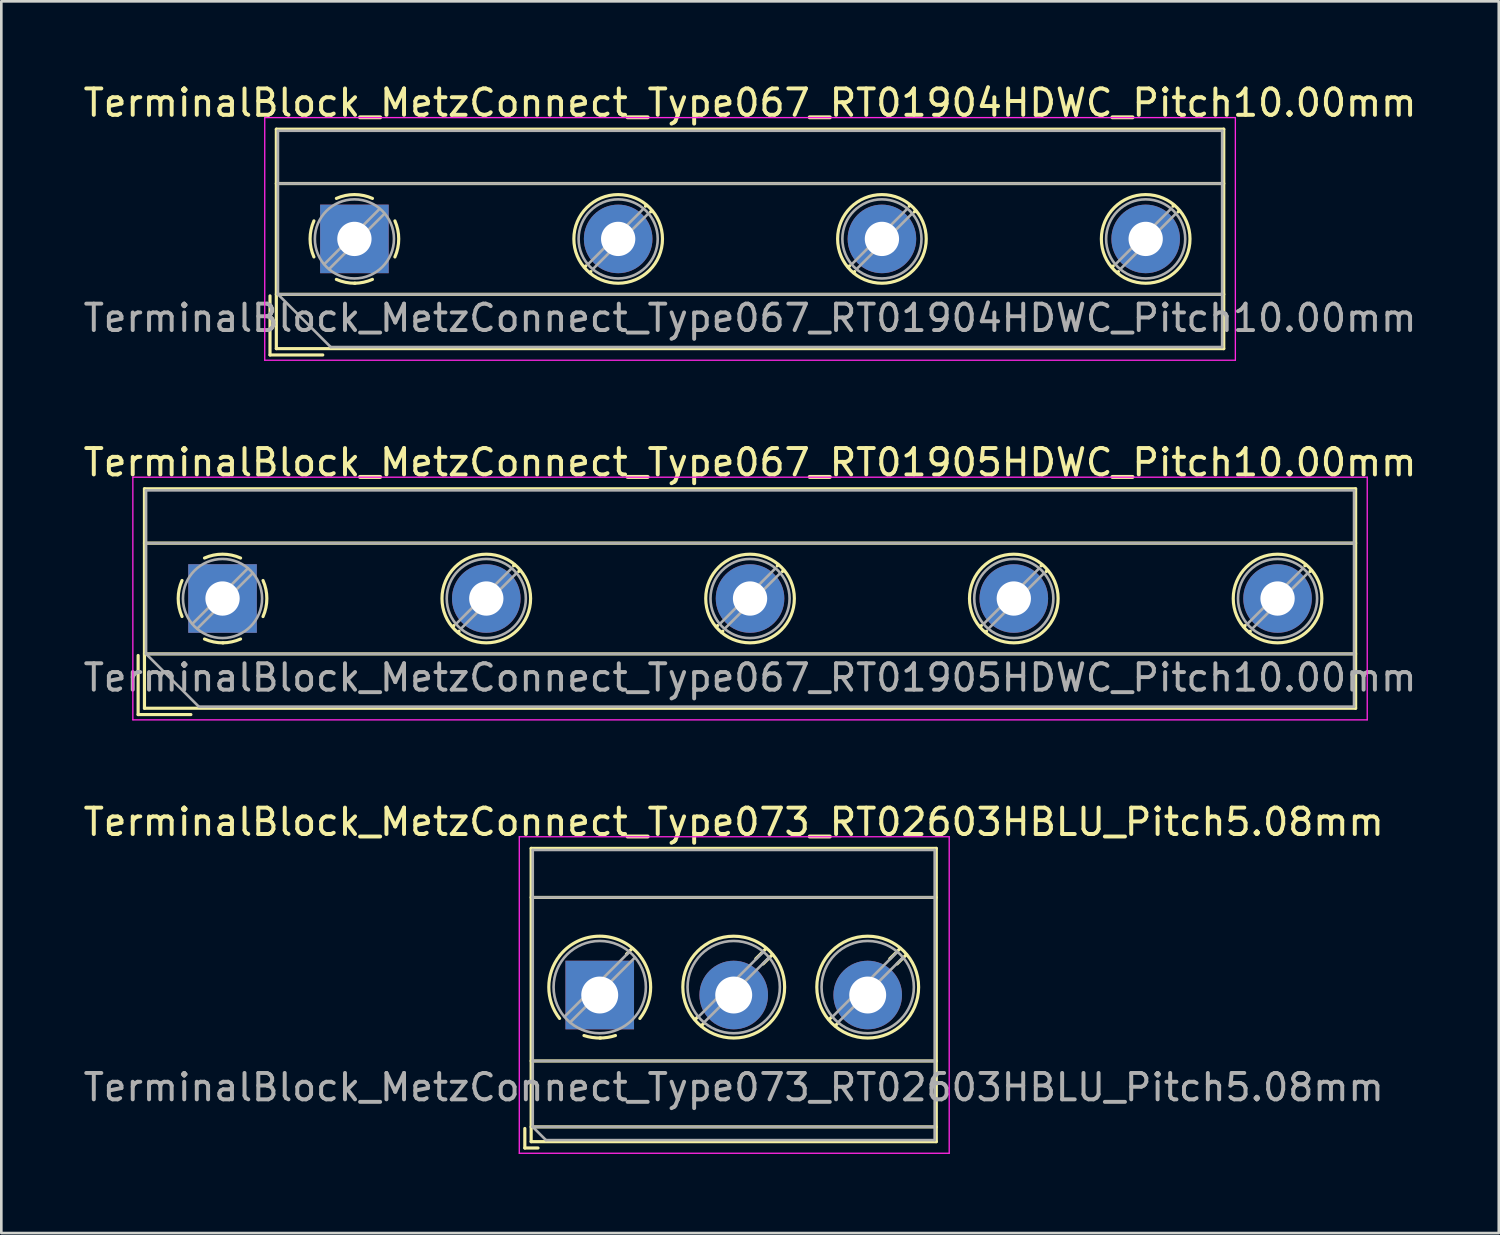
<source format=kicad_pcb>
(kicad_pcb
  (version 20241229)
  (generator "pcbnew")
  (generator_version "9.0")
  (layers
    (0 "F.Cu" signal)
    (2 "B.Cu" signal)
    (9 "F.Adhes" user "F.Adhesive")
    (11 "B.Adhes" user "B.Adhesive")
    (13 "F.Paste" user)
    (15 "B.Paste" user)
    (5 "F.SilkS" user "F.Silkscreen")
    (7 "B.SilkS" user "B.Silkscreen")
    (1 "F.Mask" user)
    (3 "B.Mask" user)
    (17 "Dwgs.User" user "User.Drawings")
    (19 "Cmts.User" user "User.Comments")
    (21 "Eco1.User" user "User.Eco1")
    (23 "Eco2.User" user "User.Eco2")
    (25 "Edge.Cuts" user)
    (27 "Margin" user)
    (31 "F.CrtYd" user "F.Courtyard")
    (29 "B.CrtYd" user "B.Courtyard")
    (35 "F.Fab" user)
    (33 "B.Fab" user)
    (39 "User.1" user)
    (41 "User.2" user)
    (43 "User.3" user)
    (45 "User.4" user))
  (footprint "TerminalBlock_MetzConnect_Type067_RT01905HDWC_Pitch10.00mm"
    (layer "F.Cu")
    (at 5.387 19.642)
    (property "Reference" "TerminalBlock_MetzConnect_Type067_RT01905HDWC_Pitch10.00mm" (at 20 -5.16 0) (layer "F.SilkS") (effects (font (size 1 1) (thickness 0.15))))
    (attr through_hole)
    (fp_line (start -3.2 2.16) (end -3.2 4.4) (stroke (width 0.12) (type solid)) (layer "F.SilkS"))
    (fp_line (start -3.2 4.4) (end -1.2 4.4) (stroke (width 0.12) (type solid)) (layer "F.SilkS"))
    (fp_line (start -2.96 -4.16) (end -2.96 4.16) (stroke (width 0.12) (type solid)) (layer "F.SilkS"))
    (fp_line (start -2.96 -2.1) (end 42.96 -2.1) (stroke (width 0.12) (type solid)) (layer "F.SilkS"))
    (fp_line (start -2.96 2.1) (end 42.96 2.1) (stroke (width 0.12) (type solid)) (layer "F.SilkS"))
    (fp_line (start -2.96 4.16) (end 42.96 4.16) (stroke (width 0.12) (type solid)) (layer "F.SilkS"))
    (fp_line (start 8.773 1.023) (end 8.726 1.069) (stroke (width 0.12) (type solid)) (layer "F.SilkS"))
    (fp_line (start 8.966 1.239) (end 8.931 1.274) (stroke (width 0.12) (type solid)) (layer "F.SilkS"))
    (fp_line (start 11.07 -1.275) (end 11.035 -1.239) (stroke (width 0.12) (type solid)) (layer "F.SilkS"))
    (fp_line (start 11.275 -1.069) (end 11.228 -1.023) (stroke (width 0.12) (type solid)) (layer "F.SilkS"))
    (fp_line (start 18.773 1.023) (end 18.726 1.069) (stroke (width 0.12) (type solid)) (layer "F.SilkS"))
    (fp_line (start 18.966 1.239) (end 18.931 1.274) (stroke (width 0.12) (type solid)) (layer "F.SilkS"))
    (fp_line (start 21.07 -1.275) (end 21.035 -1.239) (stroke (width 0.12) (type solid)) (layer "F.SilkS"))
    (fp_line (start 21.275 -1.069) (end 21.228 -1.023) (stroke (width 0.12) (type solid)) (layer "F.SilkS"))
    (fp_line (start 28.773 1.023) (end 28.726 1.069) (stroke (width 0.12) (type solid)) (layer "F.SilkS"))
    (fp_line (start 28.966 1.239) (end 28.931 1.274) (stroke (width 0.12) (type solid)) (layer "F.SilkS"))
    (fp_line (start 31.07 -1.275) (end 31.035 -1.239) (stroke (width 0.12) (type solid)) (layer "F.SilkS"))
    (fp_line (start 31.275 -1.069) (end 31.228 -1.023) (stroke (width 0.12) (type solid)) (layer "F.SilkS"))
    (fp_line (start 38.773 1.023) (end 38.726 1.069) (stroke (width 0.12) (type solid)) (layer "F.SilkS"))
    (fp_line (start 38.966 1.239) (end 38.931 1.274) (stroke (width 0.12) (type solid)) (layer "F.SilkS"))
    (fp_line (start 41.07 -1.275) (end 41.035 -1.239) (stroke (width 0.12) (type solid)) (layer "F.SilkS"))
    (fp_line (start 41.275 -1.069) (end 41.228 -1.023) (stroke (width 0.12) (type solid)) (layer "F.SilkS"))
    (fp_line (start 42.96 -4.16) (end -2.96 -4.16) (stroke (width 0.12) (type solid)) (layer "F.SilkS"))
    (fp_line (start 42.96 4.16) (end 42.96 -4.16) (stroke (width 0.12) (type solid)) (layer "F.SilkS"))
    (fp_arc (start -1.535427 0.683042) (mid -1.680501 -0.000524) (end -1.535 -0.684) (stroke (width 0.12) (type solid)) (layer "F.SilkS"))
    (fp_arc (start -0.683042 -1.535427) (mid 0.000524 -1.680501) (end 0.684 -1.535) (stroke (width 0.12) (type solid)) (layer "F.SilkS"))
    (fp_arc (start 0.028805 1.680253) (mid -0.335551 1.646659) (end -0.684 1.535) (stroke (width 0.12) (type solid)) (layer "F.SilkS"))
    (fp_arc (start 0.683318 1.534756) (mid 0.349292 1.643288) (end 0 1.68) (stroke (width 0.12) (type solid)) (layer "F.SilkS"))
    (fp_arc (start 1.535427 -0.683042) (mid 1.680501 0.000524) (end 1.535 0.684) (stroke (width 0.12) (type solid)) (layer "F.SilkS"))
    (fp_circle (center 10 0) (end 11.68 0) (stroke (width 0.12) (type solid)) (fill no) (layer "F.SilkS"))
    (fp_circle (center 20 0) (end 21.68 0) (stroke (width 0.12) (type solid)) (fill no) (layer "F.SilkS"))
    (fp_circle (center 30 0) (end 31.68 0) (stroke (width 0.12) (type solid)) (fill no) (layer "F.SilkS"))
    (fp_circle (center 40 0) (end 41.68 0) (stroke (width 0.12) (type solid)) (fill no) (layer "F.SilkS"))
    (fp_line (start -3.4 -4.6) (end -3.4 4.6) (stroke (width 0.05) (type solid)) (layer "F.CrtYd"))
    (fp_line (start -3.4 4.6) (end 43.4 4.6) (stroke (width 0.05) (type solid)) (layer "F.CrtYd"))
    (fp_line (start 43.4 -4.6) (end -3.4 -4.6) (stroke (width 0.05) (type solid)) (layer "F.CrtYd"))
    (fp_line (start 43.4 4.6) (end 43.4 -4.6) (stroke (width 0.05) (type solid)) (layer "F.CrtYd"))
    (fp_line (start -2.9 -4.1) (end 42.9 -4.1) (stroke (width 0.1) (type solid)) (layer "F.Fab"))
    (fp_line (start -2.9 -2.1) (end 42.9 -2.1) (stroke (width 0.1) (type solid)) (layer "F.Fab"))
    (fp_line (start -2.9 2.1) (end -2.9 -4.1) (stroke (width 0.1) (type solid)) (layer "F.Fab"))
    (fp_line (start -2.9 2.1) (end 42.9 2.1) (stroke (width 0.1) (type solid)) (layer "F.Fab"))
    (fp_line (start -0.9 4.1) (end -2.9 2.1) (stroke (width 0.1) (type solid)) (layer "F.Fab"))
    (fp_line (start 0.955 -1.138) (end -1.138 0.955) (stroke (width 0.1) (type solid)) (layer "F.Fab"))
    (fp_line (start 1.138 -0.955) (end -0.955 1.138) (stroke (width 0.1) (type solid)) (layer "F.Fab"))
    (fp_line (start 10.955 -1.138) (end 8.863 0.955) (stroke (width 0.1) (type solid)) (layer "F.Fab"))
    (fp_line (start 11.138 -0.955) (end 9.046 1.138) (stroke (width 0.1) (type solid)) (layer "F.Fab"))
    (fp_line (start 20.955 -1.138) (end 18.863 0.955) (stroke (width 0.1) (type solid)) (layer "F.Fab"))
    (fp_line (start 21.138 -0.955) (end 19.046 1.138) (stroke (width 0.1) (type solid)) (layer "F.Fab"))
    (fp_line (start 30.955 -1.138) (end 28.863 0.955) (stroke (width 0.1) (type solid)) (layer "F.Fab"))
    (fp_line (start 31.138 -0.955) (end 29.046 1.138) (stroke (width 0.1) (type solid)) (layer "F.Fab"))
    (fp_line (start 40.955 -1.138) (end 38.863 0.955) (stroke (width 0.1) (type solid)) (layer "F.Fab"))
    (fp_line (start 41.138 -0.955) (end 39.046 1.138) (stroke (width 0.1) (type solid)) (layer "F.Fab"))
    (fp_line (start 42.9 -4.1) (end 42.9 4.1) (stroke (width 0.1) (type solid)) (layer "F.Fab"))
    (fp_line (start 42.9 4.1) (end -0.9 4.1) (stroke (width 0.1) (type solid)) (layer "F.Fab"))
    (fp_circle (center 0 0) (end 1.5 0) (stroke (width 0.1) (type solid)) (fill no) (layer "F.Fab"))
    (fp_circle (center 10 0) (end 11.5 0) (stroke (width 0.1) (type solid)) (fill no) (layer "F.Fab"))
    (fp_circle (center 20 0) (end 21.5 0) (stroke (width 0.1) (type solid)) (fill no) (layer "F.Fab"))
    (fp_circle (center 30 0) (end 31.5 0) (stroke (width 0.1) (type solid)) (fill no) (layer "F.Fab"))
    (fp_circle (center 40 0) (end 41.5 0) (stroke (width 0.1) (type solid)) (fill no) (layer "F.Fab"))
    (fp_text user "${REFERENCE}" (at 20 3 0) (layer "F.Fab") (effects (font (size 1 1) (thickness 0.15))))
    (pad "1" thru_hole rect (at 0 0) (size 2.6 2.6) (drill 1.3) (layers "*.Cu" "*.Mask"))
    (pad "2" thru_hole circle (at 10 0) (size 2.6 2.6) (drill 1.3) (layers "*.Cu" "*.Mask"))
    (pad "3" thru_hole circle (at 20 0) (size 2.6 2.6) (drill 1.3) (layers "*.Cu" "*.Mask"))
    (pad "4" thru_hole circle (at 30 0) (size 2.6 2.6) (drill 1.3) (layers "*.Cu" "*.Mask"))
    (pad "5" thru_hole circle (at 40 0) (size 2.6 2.6) (drill 1.3) (layers "*.Cu" "*.Mask")))
  (footprint "TerminalBlock_MetzConnect_Type067_RT01904HDWC_Pitch10.00mm"
    (layer "F.Cu")
    (at 10.387 6.008)
    (property "Reference" "TerminalBlock_MetzConnect_Type067_RT01904HDWC_Pitch10.00mm" (at 15 -5.16 0) (layer "F.SilkS") (effects (font (size 1 1) (thickness 0.15))))
    (attr through_hole)
    (fp_line (start -3.2 2.16) (end -3.2 4.4) (stroke (width 0.12) (type solid)) (layer "F.SilkS"))
    (fp_line (start -3.2 4.4) (end -1.2 4.4) (stroke (width 0.12) (type solid)) (layer "F.SilkS"))
    (fp_line (start -2.96 -4.16) (end -2.96 4.16) (stroke (width 0.12) (type solid)) (layer "F.SilkS"))
    (fp_line (start -2.96 -2.1) (end 32.96 -2.1) (stroke (width 0.12) (type solid)) (layer "F.SilkS"))
    (fp_line (start -2.96 2.1) (end 32.96 2.1) (stroke (width 0.12) (type solid)) (layer "F.SilkS"))
    (fp_line (start -2.96 4.16) (end 32.96 4.16) (stroke (width 0.12) (type solid)) (layer "F.SilkS"))
    (fp_line (start 8.773 1.023) (end 8.726 1.069) (stroke (width 0.12) (type solid)) (layer "F.SilkS"))
    (fp_line (start 8.966 1.239) (end 8.931 1.274) (stroke (width 0.12) (type solid)) (layer "F.SilkS"))
    (fp_line (start 11.07 -1.275) (end 11.035 -1.239) (stroke (width 0.12) (type solid)) (layer "F.SilkS"))
    (fp_line (start 11.275 -1.069) (end 11.228 -1.023) (stroke (width 0.12) (type solid)) (layer "F.SilkS"))
    (fp_line (start 18.773 1.023) (end 18.726 1.069) (stroke (width 0.12) (type solid)) (layer "F.SilkS"))
    (fp_line (start 18.966 1.239) (end 18.931 1.274) (stroke (width 0.12) (type solid)) (layer "F.SilkS"))
    (fp_line (start 21.07 -1.275) (end 21.035 -1.239) (stroke (width 0.12) (type solid)) (layer "F.SilkS"))
    (fp_line (start 21.275 -1.069) (end 21.228 -1.023) (stroke (width 0.12) (type solid)) (layer "F.SilkS"))
    (fp_line (start 28.773 1.023) (end 28.726 1.069) (stroke (width 0.12) (type solid)) (layer "F.SilkS"))
    (fp_line (start 28.966 1.239) (end 28.931 1.274) (stroke (width 0.12) (type solid)) (layer "F.SilkS"))
    (fp_line (start 31.07 -1.275) (end 31.035 -1.239) (stroke (width 0.12) (type solid)) (layer "F.SilkS"))
    (fp_line (start 31.275 -1.069) (end 31.228 -1.023) (stroke (width 0.12) (type solid)) (layer "F.SilkS"))
    (fp_line (start 32.96 -4.16) (end -2.96 -4.16) (stroke (width 0.12) (type solid)) (layer "F.SilkS"))
    (fp_line (start 32.96 4.16) (end 32.96 -4.16) (stroke (width 0.12) (type solid)) (layer "F.SilkS"))
    (fp_arc (start -1.535427 0.683042) (mid -1.680501 -0.000524) (end -1.535 -0.684) (stroke (width 0.12) (type solid)) (layer "F.SilkS"))
    (fp_arc (start -0.683042 -1.535427) (mid 0.000524 -1.680501) (end 0.684 -1.535) (stroke (width 0.12) (type solid)) (layer "F.SilkS"))
    (fp_arc (start 0.028805 1.680253) (mid -0.335551 1.646659) (end -0.684 1.535) (stroke (width 0.12) (type solid)) (layer "F.SilkS"))
    (fp_arc (start 0.683318 1.534756) (mid 0.349292 1.643288) (end 0 1.68) (stroke (width 0.12) (type solid)) (layer "F.SilkS"))
    (fp_arc (start 1.535427 -0.683042) (mid 1.680501 0.000524) (end 1.535 0.684) (stroke (width 0.12) (type solid)) (layer "F.SilkS"))
    (fp_circle (center 10 0) (end 11.68 0) (stroke (width 0.12) (type solid)) (fill no) (layer "F.SilkS"))
    (fp_circle (center 20 0) (end 21.68 0) (stroke (width 0.12) (type solid)) (fill no) (layer "F.SilkS"))
    (fp_circle (center 30 0) (end 31.68 0) (stroke (width 0.12) (type solid)) (fill no) (layer "F.SilkS"))
    (fp_line (start -3.4 -4.6) (end -3.4 4.6) (stroke (width 0.05) (type solid)) (layer "F.CrtYd"))
    (fp_line (start -3.4 4.6) (end 33.4 4.6) (stroke (width 0.05) (type solid)) (layer "F.CrtYd"))
    (fp_line (start 33.4 -4.6) (end -3.4 -4.6) (stroke (width 0.05) (type solid)) (layer "F.CrtYd"))
    (fp_line (start 33.4 4.6) (end 33.4 -4.6) (stroke (width 0.05) (type solid)) (layer "F.CrtYd"))
    (fp_line (start -2.9 -4.1) (end 32.9 -4.1) (stroke (width 0.1) (type solid)) (layer "F.Fab"))
    (fp_line (start -2.9 -2.1) (end 32.9 -2.1) (stroke (width 0.1) (type solid)) (layer "F.Fab"))
    (fp_line (start -2.9 2.1) (end -2.9 -4.1) (stroke (width 0.1) (type solid)) (layer "F.Fab"))
    (fp_line (start -2.9 2.1) (end 32.9 2.1) (stroke (width 0.1) (type solid)) (layer "F.Fab"))
    (fp_line (start -0.9 4.1) (end -2.9 2.1) (stroke (width 0.1) (type solid)) (layer "F.Fab"))
    (fp_line (start 0.955 -1.138) (end -1.138 0.955) (stroke (width 0.1) (type solid)) (layer "F.Fab"))
    (fp_line (start 1.138 -0.955) (end -0.955 1.138) (stroke (width 0.1) (type solid)) (layer "F.Fab"))
    (fp_line (start 10.955 -1.138) (end 8.863 0.955) (stroke (width 0.1) (type solid)) (layer "F.Fab"))
    (fp_line (start 11.138 -0.955) (end 9.046 1.138) (stroke (width 0.1) (type solid)) (layer "F.Fab"))
    (fp_line (start 20.955 -1.138) (end 18.863 0.955) (stroke (width 0.1) (type solid)) (layer "F.Fab"))
    (fp_line (start 21.138 -0.955) (end 19.046 1.138) (stroke (width 0.1) (type solid)) (layer "F.Fab"))
    (fp_line (start 30.955 -1.138) (end 28.863 0.955) (stroke (width 0.1) (type solid)) (layer "F.Fab"))
    (fp_line (start 31.138 -0.955) (end 29.046 1.138) (stroke (width 0.1) (type solid)) (layer "F.Fab"))
    (fp_line (start 32.9 -4.1) (end 32.9 4.1) (stroke (width 0.1) (type solid)) (layer "F.Fab"))
    (fp_line (start 32.9 4.1) (end -0.9 4.1) (stroke (width 0.1) (type solid)) (layer "F.Fab"))
    (fp_circle (center 0 0) (end 1.5 0) (stroke (width 0.1) (type solid)) (fill no) (layer "F.Fab"))
    (fp_circle (center 10 0) (end 11.5 0) (stroke (width 0.1) (type solid)) (fill no) (layer "F.Fab"))
    (fp_circle (center 20 0) (end 21.5 0) (stroke (width 0.1) (type solid)) (fill no) (layer "F.Fab"))
    (fp_circle (center 30 0) (end 31.5 0) (stroke (width 0.1) (type solid)) (fill no) (layer "F.Fab"))
    (fp_text user "${REFERENCE}" (at 15 3 0) (layer "F.Fab") (effects (font (size 1 1) (thickness 0.15))))
    (pad "1" thru_hole rect (at 0 0) (size 2.6 2.6) (drill 1.3) (layers "*.Cu" "*.Mask"))
    (pad "2" thru_hole circle (at 10 0) (size 2.6 2.6) (drill 1.3) (layers "*.Cu" "*.Mask"))
    (pad "3" thru_hole circle (at 20 0) (size 2.6 2.6) (drill 1.3) (layers "*.Cu" "*.Mask"))
    (pad "4" thru_hole circle (at 30 0) (size 2.6 2.6) (drill 1.3) (layers "*.Cu" "*.Mask")))
  (footprint "TerminalBlock_MetzConnect_Type073_RT02603HBLU_Pitch5.08mm"
    (layer "F.Cu")
    (at 19.688 34.675)
    (property "Reference" "TerminalBlock_MetzConnect_Type073_RT02603HBLU_Pitch5.08mm" (at 5.08 -6.56 0) (layer "F.SilkS") (effects (font (size 1 1) (thickness 0.15))))
    (attr through_hole)
    (fp_line (start -2.84 5.06) (end -2.84 5.8) (stroke (width 0.12) (type solid)) (layer "F.SilkS"))
    (fp_line (start -2.84 5.8) (end -2.34 5.8) (stroke (width 0.12) (type solid)) (layer "F.SilkS"))
    (fp_line (start -2.6 -5.56) (end -2.6 5.56) (stroke (width 0.12) (type solid)) (layer "F.SilkS"))
    (fp_line (start -2.6 -3.7) (end 12.76 -3.7) (stroke (width 0.12) (type solid)) (layer "F.SilkS"))
    (fp_line (start -2.6 2.5) (end 12.76 2.5) (stroke (width 0.12) (type solid)) (layer "F.SilkS"))
    (fp_line (start -2.6 5) (end 12.76 5) (stroke (width 0.12) (type solid)) (layer "F.SilkS"))
    (fp_line (start -2.6 5.56) (end 12.76 5.56) (stroke (width 0.12) (type solid)) (layer "F.SilkS"))
    (fp_line (start 1.229 -1.764) (end 1.013 -1.549) (stroke (width 0.12) (type solid)) (layer "F.SilkS"))
    (fp_line (start 3.724 0.821) (end 3.617 0.928) (stroke (width 0.12) (type solid)) (layer "F.SilkS"))
    (fp_line (start 3.933 1.083) (end 3.852 1.164) (stroke (width 0.12) (type solid)) (layer "F.SilkS"))
    (fp_line (start 6.309 -1.764) (end 5.918 -1.374) (stroke (width 0.12) (type solid)) (layer "F.SilkS"))
    (fp_line (start 6.544 -1.529) (end 6.194 -1.179) (stroke (width 0.12) (type solid)) (layer "F.SilkS"))
    (fp_line (start 8.804 0.821) (end 8.697 0.928) (stroke (width 0.12) (type solid)) (layer "F.SilkS"))
    (fp_line (start 9.013 1.083) (end 8.932 1.164) (stroke (width 0.12) (type solid)) (layer "F.SilkS"))
    (fp_line (start 11.389 -1.764) (end 10.998 -1.374) (stroke (width 0.12) (type solid)) (layer "F.SilkS"))
    (fp_line (start 11.624 -1.529) (end 11.274 -1.179) (stroke (width 0.12) (type solid)) (layer "F.SilkS"))
    (fp_line (start 12.76 -5.56) (end -2.6 -5.56) (stroke (width 0.12) (type solid)) (layer "F.SilkS"))
    (fp_line (start 12.76 5.56) (end 12.76 -5.56) (stroke (width 0.12) (type solid)) (layer "F.SilkS"))
    (fp_arc (start -1.521645 0.888175) (mid -1.930586 -0.300524) (end -1.521 -1.489) (stroke (width 0.12) (type solid)) (layer "F.SilkS"))
    (fp_arc (start -1.500317 -1.514609) (mid -0.000252 -2.230344) (end 1.5 -1.515) (stroke (width 0.12) (type solid)) (layer "F.SilkS"))
    (fp_arc (start 0.033269 1.630336) (mid -0.285785 1.609354) (end -0.597 1.536) (stroke (width 0.12) (type solid)) (layer "F.SilkS"))
    (fp_arc (start 0.596403 1.535539) (mid 0.301919 1.606238) (end 0 1.63) (stroke (width 0.12) (type solid)) (layer "F.SilkS"))
    (fp_arc (start 1.521645 -1.488175) (mid 1.930586 -0.299476) (end 1.521 0.889) (stroke (width 0.12) (type solid)) (layer "F.SilkS"))
    (fp_arc (start 5.08 1.63) (mid 5.08 -2.23) (end 5.08 1.63) (stroke (width 0.12) (type solid)) (layer "F.SilkS"))
    (fp_arc (start 10.16 1.63) (mid 10.16 -2.23) (end 10.16 1.63) (stroke (width 0.12) (type solid)) (layer "F.SilkS"))
    (fp_line (start -3.05 -6) (end -3.05 6) (stroke (width 0.05) (type solid)) (layer "F.CrtYd"))
    (fp_line (start -3.05 6) (end 13.25 6) (stroke (width 0.05) (type solid)) (layer "F.CrtYd"))
    (fp_line (start 13.25 -6) (end -3.05 -6) (stroke (width 0.05) (type solid)) (layer "F.CrtYd"))
    (fp_line (start 13.25 6) (end 13.25 -6) (stroke (width 0.05) (type solid)) (layer "F.CrtYd"))
    (fp_line (start -2.54 -5.5) (end 12.7 -5.5) (stroke (width 0.1) (type solid)) (layer "F.Fab"))
    (fp_line (start -2.54 -3.7) (end 12.7 -3.7) (stroke (width 0.1) (type solid)) (layer "F.Fab"))
    (fp_line (start -2.54 2.5) (end 12.7 2.5) (stroke (width 0.1) (type solid)) (layer "F.Fab"))
    (fp_line (start -2.54 5) (end -2.54 -5.5) (stroke (width 0.1) (type solid)) (layer "F.Fab"))
    (fp_line (start -2.54 5) (end 12.7 5) (stroke (width 0.1) (type solid)) (layer "F.Fab"))
    (fp_line (start -2.04 5.5) (end -2.54 5) (stroke (width 0.1) (type solid)) (layer "F.Fab"))
    (fp_line (start 1.114 -1.628) (end -1.328 0.814) (stroke (width 0.1) (type solid)) (layer "F.Fab"))
    (fp_line (start 1.328 -1.414) (end -1.114 1.027) (stroke (width 0.1) (type solid)) (layer "F.Fab"))
    (fp_line (start 6.194 -1.628) (end 3.753 0.814) (stroke (width 0.1) (type solid)) (layer "F.Fab"))
    (fp_line (start 6.408 -1.414) (end 3.967 1.027) (stroke (width 0.1) (type solid)) (layer "F.Fab"))
    (fp_line (start 11.274 -1.628) (end 8.833 0.814) (stroke (width 0.1) (type solid)) (layer "F.Fab"))
    (fp_line (start 11.488 -1.414) (end 9.047 1.027) (stroke (width 0.1) (type solid)) (layer "F.Fab"))
    (fp_line (start 12.7 -5.5) (end 12.7 5.5) (stroke (width 0.1) (type solid)) (layer "F.Fab"))
    (fp_line (start 12.7 5.5) (end -2.04 5.5) (stroke (width 0.1) (type solid)) (layer "F.Fab"))
    (fp_circle (center 0 -0.3) (end 1.75 -0.3) (stroke (width 0.1) (type solid)) (fill no) (layer "F.Fab"))
    (fp_circle (center 5.08 -0.3) (end 6.83 -0.3) (stroke (width 0.1) (type solid)) (fill no) (layer "F.Fab"))
    (fp_circle (center 10.16 -0.3) (end 11.91 -0.3) (stroke (width 0.1) (type solid)) (fill no) (layer "F.Fab"))
    (fp_text user "${REFERENCE}" (at 5.08 3.5 0) (layer "F.Fab") (effects (font (size 1 1) (thickness 0.15))))
    (pad "1" thru_hole rect (at 0 0) (size 2.6 2.6) (drill 1.4) (layers "*.Cu" "*.Mask"))
    (pad "2" thru_hole circle (at 5.08 0) (size 2.6 2.6) (drill 1.4) (layers "*.Cu" "*.Mask"))
    (pad "3" thru_hole circle (at 10.16 0) (size 2.6 2.6) (drill 1.4) (layers "*.Cu" "*.Mask")))
  (gr_rect
    (start -3 -3)
    (end 53.774 43.7)
    (stroke (width 0.1) (type default))
    (fill no)
    (layer "Edge.Cuts")))
</source>
